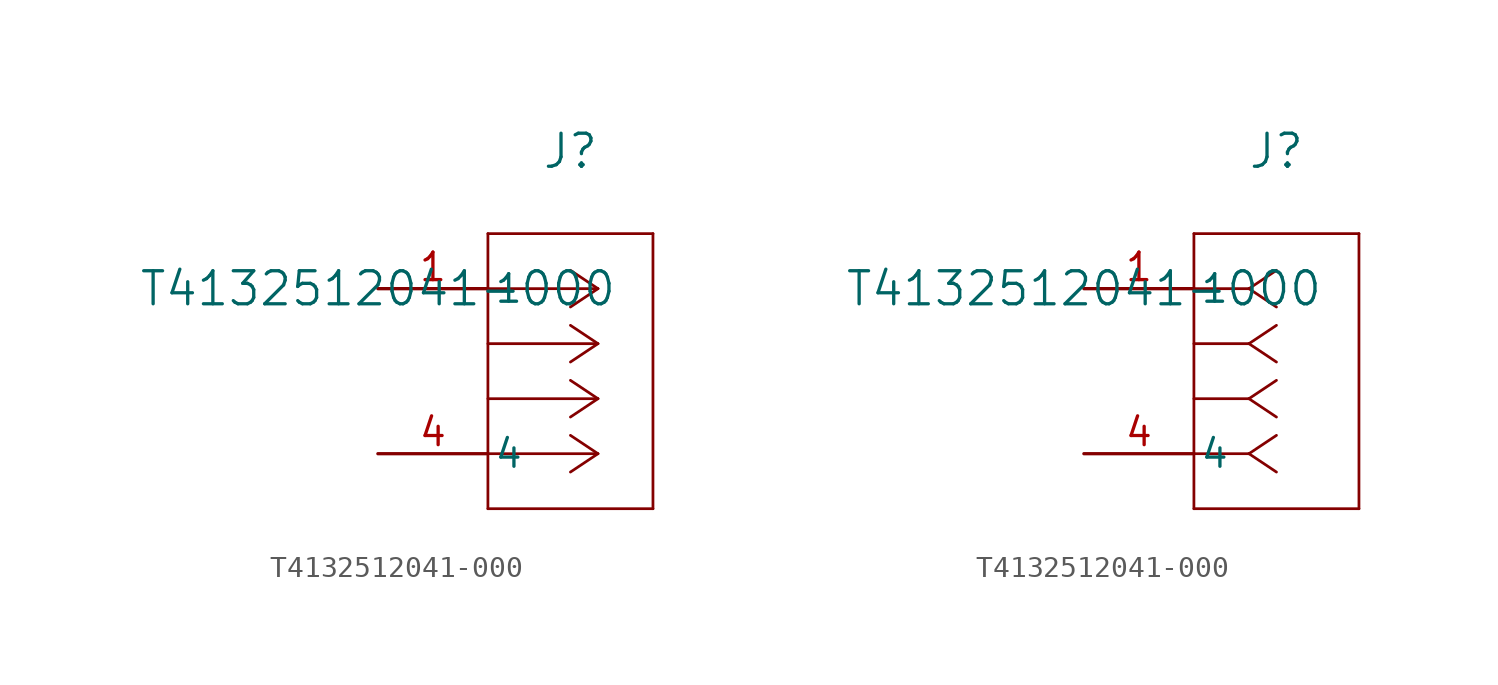
<source format=kicad_sym>
(kicad_symbol_lib
  (version 20211014)
  (generator kicad_symbol_editor)
  (symbol "T4132512041-000"
    (pin_names
      (offset 0.254))
    (property "Reference" "J"
      (at 8.89 6.35 0)
      (effects (font (size 1.524 1.524))))
    (property "Value" "T4132512041-000"
      (at 0 0 0)
      (effects (font (size 1.524 1.524))))
    (symbol "T4132512041-000_1_1"
      (polyline (pts (xy 10.16 0) (xy 5.08 0)) (stroke (width 0.127) (type default) (color 0 0 0 0)) (fill (type none)))
      (polyline (pts (xy 10.16 -2.54) (xy 5.08 -2.54)) (stroke (width 0.127) (type default) (color 0 0 0 0)) (fill (type none)))
      (polyline (pts (xy 10.16 -5.08) (xy 5.08 -5.08)) (stroke (width 0.127) (type default) (color 0 0 0 0)) (fill (type none)))
      (polyline (pts (xy 10.16 -7.62) (xy 5.08 -7.62)) (stroke (width 0.127) (type default) (color 0 0 0 0)) (fill (type none)))
      (polyline (pts (xy 10.16 0) (xy 8.89 0.847)) (stroke (width 0.127) (type default) (color 0 0 0 0)) (fill (type none)))
      (polyline (pts (xy 10.16 -2.54) (xy 8.89 -1.693)) (stroke (width 0.127) (type default) (color 0 0 0 0)) (fill (type none)))
      (polyline (pts (xy 10.16 -5.08) (xy 8.89 -4.233)) (stroke (width 0.127) (type default) (color 0 0 0 0)) (fill (type none)))
      (polyline (pts (xy 10.16 -7.62) (xy 8.89 -6.773)) (stroke (width 0.127) (type default) (color 0 0 0 0)) (fill (type none)))
      (polyline (pts (xy 10.16 0) (xy 8.89 -0.847)) (stroke (width 0.127) (type default) (color 0 0 0 0)) (fill (type none)))
      (polyline (pts (xy 10.16 -2.54) (xy 8.89 -3.387)) (stroke (width 0.127) (type default) (color 0 0 0 0)) (fill (type none)))
      (polyline (pts (xy 10.16 -5.08) (xy 8.89 -5.927)) (stroke (width 0.127) (type default) (color 0 0 0 0)) (fill (type none)))
      (polyline (pts (xy 10.16 -7.62) (xy 8.89 -8.467)) (stroke (width 0.127) (type default) (color 0 0 0 0)) (fill (type none)))
      (polyline (pts (xy 5.08 2.54) (xy 5.08 -10.16)) (stroke (width 0.127) (type default) (color 0 0 0 0)) (fill (type none)))
      (polyline (pts (xy 5.08 -10.16) (xy 12.7 -10.16)) (stroke (width 0.127) (type default) (color 0 0 0 0)) (fill (type none)))
      (polyline (pts (xy 12.7 -10.16) (xy 12.7 2.54)) (stroke (width 0.127) (type default) (color 0 0 0 0)) (fill (type none)))
      (polyline (pts (xy 12.7 2.54) (xy 5.08 2.54)) (stroke (width 0.127) (type default) (color 0 0 0 0)) (fill (type none)))
      (pin unspecified line (at 0 0 0) (length 5.08) (name "1" (effects (font (size 1.27 1.27)))) (number "1" (effects (font (size 1.27 1.27)))))
      (pin unspecified line (at 0 -7.62 0) (length 5.08) (name "4" (effects (font (size 1.27 1.27)))) (number "4" (effects (font (size 1.27 1.27))))))
    (symbol "T4132512041-000_1_2"
      (polyline (pts (xy 7.62 0) (xy 5.08 0)) (stroke (width 0.127) (type default) (color 0 0 0 0)) (fill (type none)))
      (polyline (pts (xy 7.62 -2.54) (xy 5.08 -2.54)) (stroke (width 0.127) (type default) (color 0 0 0 0)) (fill (type none)))
      (polyline (pts (xy 7.62 -5.08) (xy 5.08 -5.08)) (stroke (width 0.127) (type default) (color 0 0 0 0)) (fill (type none)))
      (polyline (pts (xy 7.62 -7.62) (xy 5.08 -7.62)) (stroke (width 0.127) (type default) (color 0 0 0 0)) (fill (type none)))
      (polyline (pts (xy 7.62 0) (xy 8.89 0.847)) (stroke (width 0.127) (type default) (color 0 0 0 0)) (fill (type none)))
      (polyline (pts (xy 7.62 -2.54) (xy 8.89 -1.693)) (stroke (width 0.127) (type default) (color 0 0 0 0)) (fill (type none)))
      (polyline (pts (xy 7.62 -5.08) (xy 8.89 -4.233)) (stroke (width 0.127) (type default) (color 0 0 0 0)) (fill (type none)))
      (polyline (pts (xy 7.62 -7.62) (xy 8.89 -6.773)) (stroke (width 0.127) (type default) (color 0 0 0 0)) (fill (type none)))
      (polyline (pts (xy 7.62 0) (xy 8.89 -0.847)) (stroke (width 0.127) (type default) (color 0 0 0 0)) (fill (type none)))
      (polyline (pts (xy 7.62 -2.54) (xy 8.89 -3.387)) (stroke (width 0.127) (type default) (color 0 0 0 0)) (fill (type none)))
      (polyline (pts (xy 7.62 -5.08) (xy 8.89 -5.927)) (stroke (width 0.127) (type default) (color 0 0 0 0)) (fill (type none)))
      (polyline (pts (xy 7.62 -7.62) (xy 8.89 -8.467)) (stroke (width 0.127) (type default) (color 0 0 0 0)) (fill (type none)))
      (polyline (pts (xy 5.08 2.54) (xy 5.08 -10.16)) (stroke (width 0.127) (type default) (color 0 0 0 0)) (fill (type none)))
      (polyline (pts (xy 5.08 -10.16) (xy 12.7 -10.16)) (stroke (width 0.127) (type default) (color 0 0 0 0)) (fill (type none)))
      (polyline (pts (xy 12.7 -10.16) (xy 12.7 2.54)) (stroke (width 0.127) (type default) (color 0 0 0 0)) (fill (type none)))
      (polyline (pts (xy 12.7 2.54) (xy 5.08 2.54)) (stroke (width 0.127) (type default) (color 0 0 0 0)) (fill (type none)))
      (pin unspecified line (at 0 0 0) (length 5.08) (name "1" (effects (font (size 1.27 1.27)))) (number "1" (effects (font (size 1.27 1.27)))))
      (pin unspecified line (at 0 -7.62 0) (length 5.08) (name "4" (effects (font (size 1.27 1.27)))) (number "4" (effects (font (size 1.27 1.27))))))))
</source>
